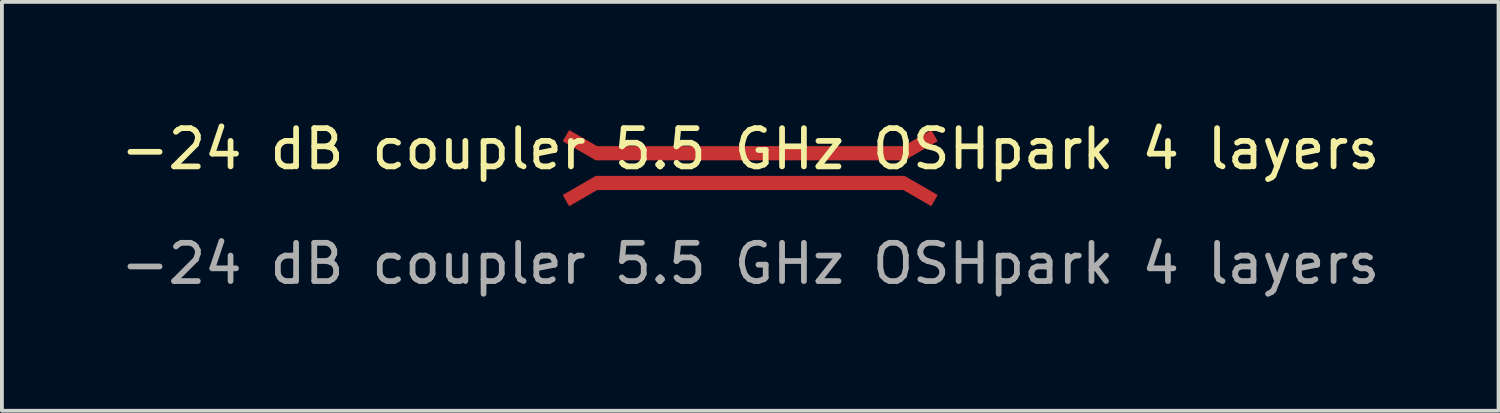
<source format=kicad_pcb>
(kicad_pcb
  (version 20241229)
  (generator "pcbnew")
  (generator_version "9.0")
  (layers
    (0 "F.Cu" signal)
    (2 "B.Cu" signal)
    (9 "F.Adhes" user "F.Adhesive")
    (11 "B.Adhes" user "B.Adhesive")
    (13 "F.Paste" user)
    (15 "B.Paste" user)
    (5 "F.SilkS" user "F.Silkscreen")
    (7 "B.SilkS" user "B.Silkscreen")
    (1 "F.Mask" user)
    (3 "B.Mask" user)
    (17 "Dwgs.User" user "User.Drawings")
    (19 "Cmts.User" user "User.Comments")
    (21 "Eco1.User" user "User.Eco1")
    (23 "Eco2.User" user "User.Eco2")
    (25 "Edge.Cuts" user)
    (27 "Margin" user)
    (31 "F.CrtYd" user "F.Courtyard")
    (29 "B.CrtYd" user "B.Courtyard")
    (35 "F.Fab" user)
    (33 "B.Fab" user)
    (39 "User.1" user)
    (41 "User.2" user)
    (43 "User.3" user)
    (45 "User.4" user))
  (footprint "-24 dB coupler 5.5 GHz OSHpark 4 layers"
    (layer "F.Cu")
    (at 16.577 1.348)
    (property "Reference" "-24 dB coupler 5.5 GHz OSHpark 4 layers" (at 0 -0.5 0) (unlocked yes) (layer "F.SilkS") (effects (font (size 1 1) (thickness 0.15))))
    (fp_rect (start -4.04 -0.574) (end 4.04 -0.203) (stroke (width 0) (type solid)) (fill yes) (layer "F.Cu"))
    (fp_rect (start -4.04 0.574) (end 4.04 0.203) (stroke (width 0) (type solid)) (fill yes) (layer "F.Cu"))
    (fp_rect (start -4.04 -0.574) (end 4.04 -0.203) (stroke (width 0) (type solid)) (fill yes) (layer "F.Mask"))
    (fp_rect (start -4.04 0.574) (end 4.04 0.203) (stroke (width 0) (type solid)) (fill yes) (layer "F.Mask"))
    (fp_text user "${REFERENCE}" (at 0 2.5 0) (unlocked yes) (layer "F.Fab") (effects (font (size 1 1) (thickness 0.15))))
    (pad "1" smd rect (at -4.388 -0.6 330) (size 1 0.338) (layers "F.Cu" "F.Mask"))
    (pad "2" smd rect (at 4.388 -0.6 30) (size 1 0.338) (layers "F.Cu" "F.Mask"))
    (pad "3" smd rect (at 4.388 0.6 330) (size 1 0.338) (layers "F.Cu" "F.Mask"))
    (pad "4" smd rect (at -4.388 0.6 30) (size 1 0.338) (layers "F.Cu" "F.Mask")))
  (gr_rect
    (start -3 -3)
    (end 36.155 7.697)
    (stroke (width 0.1) (type default))
    (fill no)
    (layer "Edge.Cuts")))
</source>
